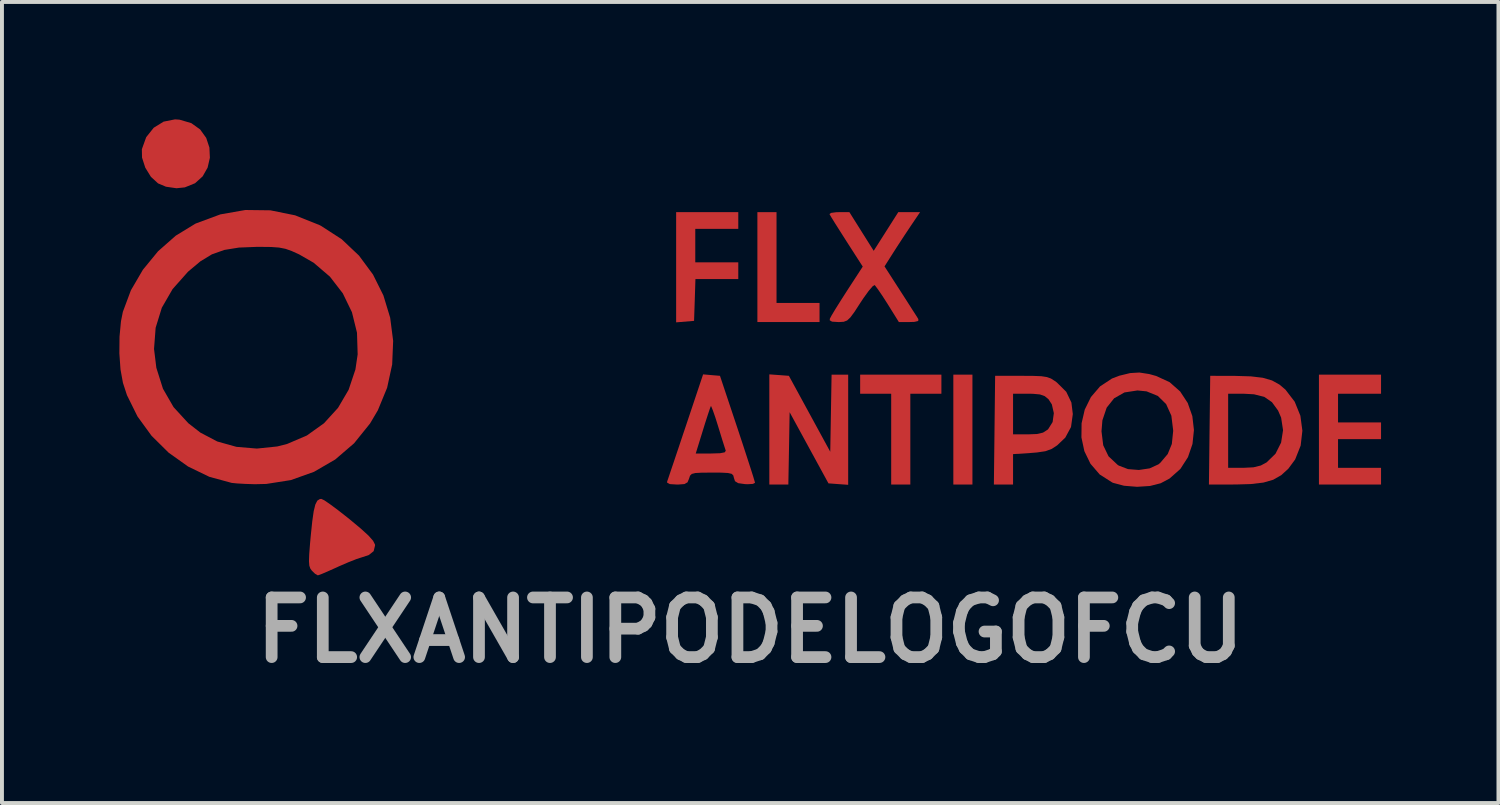
<source format=kicad_pcb>
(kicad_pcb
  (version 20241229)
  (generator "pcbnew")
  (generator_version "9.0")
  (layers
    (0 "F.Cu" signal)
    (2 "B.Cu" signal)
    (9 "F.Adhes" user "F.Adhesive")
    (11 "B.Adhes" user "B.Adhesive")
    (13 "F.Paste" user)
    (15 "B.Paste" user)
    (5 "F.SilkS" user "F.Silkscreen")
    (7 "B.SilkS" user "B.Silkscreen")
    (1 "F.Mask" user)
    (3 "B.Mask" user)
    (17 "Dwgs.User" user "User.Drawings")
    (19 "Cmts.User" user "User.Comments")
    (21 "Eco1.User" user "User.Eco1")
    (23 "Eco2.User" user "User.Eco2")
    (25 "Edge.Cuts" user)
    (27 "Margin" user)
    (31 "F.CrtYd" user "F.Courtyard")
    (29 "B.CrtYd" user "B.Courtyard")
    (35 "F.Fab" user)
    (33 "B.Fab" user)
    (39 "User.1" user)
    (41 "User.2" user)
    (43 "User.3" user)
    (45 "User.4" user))
  (footprint "FLXANTIPODELOGOFCU"
    (layer "F.Cu")
    (at 16.12 5.851)
    (property "Reference" "FLXANTIPODELOGOFCU" (at 0 7.2 0) (layer "F.Fab") (effects (font (size 1.524 1.524) (thickness 0.3))))
    (attr board_only exclude_from_pos_files exclude_from_bom)
    (fp_poly (pts (xy 5.678 3.48) (xy 5.19 3.48) (xy 5.19 0.672) (xy 5.678 0.672)) (stroke (width 0) (type solid)) (fill yes) (layer "F.Cu"))
    (fp_poly (pts (xy 0.672 -1.16) (xy 1.771 -1.16) (xy 1.771 -0.672) (xy 0.183 -0.672) (xy 0.183 -3.48) (xy 0.672 -3.48)) (stroke (width 0) (type solid)) (fill yes) (layer "F.Cu"))
    (fp_poly (pts (xy 4.885 1.16) (xy 4.091 1.16) (xy 4.091 3.48) (xy 3.602 3.48) (xy 3.602 1.16) (xy 2.809 1.16) (xy 2.809 0.672) (xy 4.885 0.672)) (stroke (width 0) (type solid)) (fill yes) (layer "F.Cu"))
    (fp_poly (pts (xy -0.305 -3.053) (xy -1.404 -3.053) (xy -1.404 -2.198) (xy -0.305 -2.198) (xy -0.305 -1.771) (xy -1.4 -1.771) (xy -1.417 -1.236) (xy -1.435 -0.702) (xy -1.664 -0.683) (xy -1.893 -0.664) (xy -1.893 -3.48) (xy -0.305 -3.48)) (stroke (width 0) (type solid)) (fill yes) (layer "F.Cu"))
    (fp_poly (pts (xy 16.119 1.16) (xy 15.02 1.16) (xy 15.02 1.893) (xy 16.119 1.893) (xy 16.119 2.32) (xy 15.02 2.32) (xy 15.02 3.053) (xy 16.119 3.053) (xy 16.119 3.48) (xy 14.532 3.48) (xy 14.532 0.672) (xy 16.119 0.672)) (stroke (width 0) (type solid)) (fill yes) (layer "F.Cu"))
    (fp_poly (pts (xy 0.738 0.683) (xy 0.988 0.702) (xy 2.045 2.642) (xy 2.062 1.657) (xy 2.079 0.672) (xy 2.503 0.672) (xy 2.503 3.487) (xy 2.251 3.469) (xy 1.999 3.45) (xy 1.503 2.541) (xy 1.007 1.632) (xy 0.991 2.556) (xy 0.974 3.48) (xy 0.488 3.48) (xy 0.488 0.665)) (stroke (width 0) (type solid)) (fill yes) (layer "F.Cu"))
    (fp_poly (pts (xy -14.582 -5.843) (xy -14.282 -5.755) (xy -14.056 -5.593) (xy -13.901 -5.378) (xy -13.819 -5.13) (xy -13.807 -4.87) (xy -13.865 -4.618) (xy -13.992 -4.394) (xy -14.186 -4.219) (xy -14.447 -4.113) (xy -14.661 -4.091) (xy -14.929 -4.13) (xy -15.131 -4.215) (xy -15.314 -4.383) (xy -15.458 -4.617) (xy -15.541 -4.874) (xy -15.545 -5.089) (xy -15.434 -5.396) (xy -15.242 -5.637) (xy -14.989 -5.793) (xy -14.697 -5.851)) (stroke (width 0) (type solid)) (fill yes) (layer "F.Cu"))
    (fp_poly (pts (xy -10.883 3.883) (xy -10.735 3.984) (xy -10.533 4.134) (xy -10.296 4.32) (xy -10.232 4.371) (xy -9.948 4.608) (xy -9.753 4.786) (xy -9.637 4.917) (xy -9.589 5.011) (xy -9.586 5.035) (xy -9.622 5.182) (xy -9.744 5.28) (xy -9.921 5.339) (xy -10.063 5.385) (xy -10.275 5.469) (xy -10.513 5.572) (xy -10.555 5.592) (xy -10.77 5.688) (xy -10.941 5.762) (xy -11.04 5.798) (xy -11.051 5.8) (xy -11.12 5.76) (xy -11.198 5.685) (xy -11.24 5.628) (xy -11.266 5.553) (xy -11.275 5.439) (xy -11.269 5.263) (xy -11.249 5.003) (xy -11.229 4.784) (xy -11.191 4.419) (xy -11.154 4.16) (xy -11.112 3.99) (xy -11.062 3.892) (xy -10.998 3.851) (xy -10.958 3.847)) (stroke (width 0) (type solid)) (fill yes) (layer "F.Cu"))
    (fp_poly (pts (xy 12.395 0.704) (xy 12.793 0.716) (xy 13.097 0.752) (xy 13.332 0.82) (xy 13.525 0.927) (xy 13.676 1.055) (xy 13.913 1.364) (xy 14.058 1.722) (xy 14.109 2.105) (xy 14.065 2.485) (xy 13.925 2.838) (xy 13.75 3.076) (xy 13.567 3.242) (xy 13.363 3.358) (xy 13.113 3.43) (xy 12.791 3.468) (xy 12.409 3.479) (xy 11.721 3.48) (xy 11.726 3.053) (xy 12.212 3.053) (xy 12.599 3.053) (xy 12.859 3.04) (xy 13.046 2.994) (xy 13.195 2.914) (xy 13.422 2.693) (xy 13.565 2.409) (xy 13.615 2.092) (xy 13.566 1.771) (xy 13.488 1.59) (xy 13.331 1.375) (xy 13.135 1.24) (xy 12.872 1.174) (xy 12.614 1.16) (xy 12.212 1.16) (xy 12.212 3.053) (xy 11.726 3.053) (xy 11.737 2.091) (xy 11.754 0.702)) (stroke (width 0) (type solid)) (fill yes) (layer "F.Cu"))
    (fp_poly (pts (xy 7.234 0.704) (xy 7.439 0.712) (xy 7.581 0.734) (xy 7.686 0.772) (xy 7.784 0.835) (xy 7.836 0.873) (xy 8.076 1.111) (xy 8.207 1.385) (xy 8.243 1.679) (xy 8.197 2.01) (xy 8.051 2.281) (xy 7.843 2.479) (xy 7.699 2.572) (xy 7.54 2.629) (xy 7.324 2.661) (xy 7.172 2.673) (xy 6.716 2.703) (xy 6.716 3.48) (xy 6.226 3.48) (xy 6.241 2.198) (xy 6.716 2.198) (xy 7.094 2.198) (xy 7.328 2.189) (xy 7.482 2.153) (xy 7.595 2.081) (xy 7.613 2.065) (xy 7.727 1.883) (xy 7.758 1.656) (xy 7.707 1.432) (xy 7.622 1.301) (xy 7.525 1.221) (xy 7.404 1.178) (xy 7.219 1.161) (xy 7.103 1.16) (xy 6.716 1.16) (xy 6.716 2.198) (xy 6.241 2.198) (xy 6.242 2.091) (xy 6.258 0.702) (xy 6.935 0.702)) (stroke (width 0) (type solid)) (fill yes) (layer "F.Cu"))
    (fp_poly (pts (xy 4.103 -3.129) (xy 3.937 -2.88) (xy 3.758 -2.606) (xy 3.649 -2.436) (xy 3.432 -2.094) (xy 3.841 -1.459) (xy 4.002 -1.209) (xy 4.141 -0.991) (xy 4.244 -0.831) (xy 4.295 -0.749) (xy 4.296 -0.748) (xy 4.293 -0.699) (xy 4.195 -0.676) (xy 4.07 -0.672) (xy 3.798 -0.672) (xy 3.514 -1.128) (xy 3.38 -1.337) (xy 3.267 -1.503) (xy 3.193 -1.602) (xy 3.177 -1.617) (xy 3.125 -1.583) (xy 3.025 -1.465) (xy 2.895 -1.285) (xy 2.812 -1.16) (xy 2.665 -0.933) (xy 2.56 -0.791) (xy 2.476 -0.712) (xy 2.39 -0.679) (xy 2.281 -0.672) (xy 2.25 -0.672) (xy 2.091 -0.682) (xy 2.031 -0.717) (xy 2.036 -0.76) (xy 2.081 -0.844) (xy 2.179 -1.007) (xy 2.315 -1.224) (xy 2.472 -1.469) (xy 2.875 -2.089) (xy 2.46 -2.735) (xy 2.301 -2.985) (xy 2.166 -3.198) (xy 2.07 -3.353) (xy 2.026 -3.429) (xy 2.025 -3.431) (xy 2.066 -3.461) (xy 2.195 -3.478) (xy 2.269 -3.48) (xy 2.534 -3.48) (xy 3.155 -2.492) (xy 3.783 -3.48) (xy 4.34 -3.48)) (stroke (width 0) (type solid)) (fill yes) (layer "F.Cu"))
    (fp_poly (pts (xy 10.196 0.657) (xy 10.372 0.706) (xy 10.716 0.864) (xy 10.985 1.101) (xy 11.179 1.396) (xy 11.297 1.731) (xy 11.338 2.087) (xy 11.301 2.443) (xy 11.185 2.781) (xy 10.991 3.082) (xy 10.716 3.326) (xy 10.489 3.447) (xy 10.215 3.517) (xy 9.884 3.538) (xy 9.551 3.511) (xy 9.272 3.437) (xy 9.25 3.427) (xy 8.93 3.223) (xy 8.694 2.949) (xy 8.538 2.627) (xy 8.463 2.276) (xy 8.465 2.119) (xy 8.976 2.119) (xy 9.02 2.477) (xy 9.155 2.758) (xy 9.387 2.976) (xy 9.418 2.996) (xy 9.653 3.086) (xy 9.931 3.108) (xy 10.206 3.067) (xy 10.431 2.964) (xy 10.476 2.927) (xy 10.668 2.701) (xy 10.773 2.444) (xy 10.807 2.118) (xy 10.807 2.093) (xy 10.761 1.721) (xy 10.628 1.426) (xy 10.415 1.216) (xy 10.127 1.099) (xy 9.895 1.076) (xy 9.562 1.127) (xy 9.298 1.277) (xy 9.108 1.516) (xy 8.999 1.839) (xy 8.976 2.119) (xy 8.465 2.119) (xy 8.467 1.915) (xy 8.548 1.565) (xy 8.706 1.244) (xy 8.938 0.973) (xy 9.244 0.771) (xy 9.429 0.7) (xy 9.708 0.632) (xy 9.944 0.618)) (stroke (width 0) (type solid)) (fill yes) (layer "F.Cu"))
    (fp_poly (pts (xy -0.988 0.684) (xy -0.773 0.702) (xy -0.325 2.044) (xy -0.198 2.428) (xy -0.085 2.774) (xy 0.009 3.064) (xy 0.078 3.281) (xy 0.116 3.41) (xy 0.122 3.437) (xy 0.068 3.464) (xy -0.068 3.472) (xy -0.137 3.469) (xy -0.307 3.445) (xy -0.389 3.395) (xy -0.416 3.312) (xy -0.433 3.247) (xy -0.476 3.206) (xy -0.57 3.185) (xy -0.74 3.176) (xy -0.98 3.175) (xy -1.239 3.177) (xy -1.402 3.186) (xy -1.493 3.209) (xy -1.538 3.254) (xy -1.562 3.325) (xy -1.562 3.328) (xy -1.602 3.423) (xy -1.68 3.468) (xy -1.836 3.48) (xy -1.875 3.48) (xy -2.054 3.469) (xy -2.124 3.431) (xy -2.123 3.404) (xy -2.096 3.326) (xy -2.037 3.15) (xy -1.95 2.893) (xy -1.881 2.687) (xy -1.392 2.687) (xy -0.995 2.687) (xy -0.77 2.68) (xy -0.652 2.657) (xy -0.625 2.616) (xy -0.627 2.61) (xy -0.656 2.521) (xy -0.712 2.345) (xy -0.783 2.114) (xy -0.82 1.993) (xy -0.893 1.761) (xy -0.955 1.584) (xy -0.995 1.486) (xy -1.005 1.474) (xy -1.03 1.538) (xy -1.082 1.693) (xy -1.153 1.913) (xy -1.208 2.091) (xy -1.392 2.687) (xy -1.881 2.687) (xy -1.842 2.572) (xy -1.72 2.206) (xy -1.649 1.996) (xy -1.204 0.665)) (stroke (width 0) (type solid)) (fill yes) (layer "F.Cu"))
    (fp_poly (pts (xy -12.262 -3.527) (xy -11.629 -3.399) (xy -11.011 -3.152) (xy -10.966 -3.129) (xy -10.439 -2.788) (xy -9.996 -2.369) (xy -9.639 -1.886) (xy -9.373 -1.352) (xy -9.2 -0.782) (xy -9.124 -0.19) (xy -9.149 0.412) (xy -9.278 1.007) (xy -9.515 1.583) (xy -9.715 1.921) (xy -10.122 2.426) (xy -10.604 2.84) (xy -11.146 3.155) (xy -11.737 3.366) (xy -12.365 3.465) (xy -12.657 3.472) (xy -12.9 3.464) (xy -13.113 3.452) (xy -13.25 3.438) (xy -13.82 3.283) (xy -14.362 3.021) (xy -14.86 2.667) (xy -15.297 2.235) (xy -15.657 1.74) (xy -15.926 1.196) (xy -16.029 0.88) (xy -16.091 0.538) (xy -16.12 0.129) (xy -16.119 0.015) (xy -15.234 0.015) (xy -15.175 0.497) (xy -15.006 1.032) (xy -14.735 1.502) (xy -14.358 1.913) (xy -14.05 2.153) (xy -13.618 2.38) (xy -13.128 2.517) (xy -12.607 2.561) (xy -12.085 2.507) (xy -11.833 2.443) (xy -11.329 2.227) (xy -10.892 1.915) (xy -10.533 1.521) (xy -10.262 1.059) (xy -10.088 0.54) (xy -10.031 0.153) (xy -10.048 -0.399) (xy -10.177 -0.923) (xy -10.411 -1.406) (xy -10.74 -1.832) (xy -11.155 -2.187) (xy -11.525 -2.4) (xy -11.717 -2.487) (xy -11.875 -2.543) (xy -12.038 -2.575) (xy -12.239 -2.59) (xy -12.517 -2.593) (xy -12.608 -2.593) (xy -13.065 -2.575) (xy -13.436 -2.515) (xy -13.753 -2.403) (xy -14.047 -2.225) (xy -14.351 -1.971) (xy -14.371 -1.952) (xy -14.76 -1.514) (xy -15.035 -1.038) (xy -15.193 -0.526) (xy -15.234 0.015) (xy -16.119 0.015) (xy -16.116 -0.297) (xy -16.079 -0.691) (xy -16.031 -0.932) (xy -15.825 -1.484) (xy -15.519 -2.008) (xy -15.131 -2.481) (xy -14.679 -2.879) (xy -14.183 -3.182) (xy -14.165 -3.191) (xy -13.539 -3.423) (xy -12.901 -3.535)) (stroke (width 0) (type solid)) (fill yes) (layer "F.Cu")))
  (gr_rect
    (start -3 -3)
    (end 35.239 17.469)
    (stroke (width 0.1) (type default))
    (fill no)
    (layer "Edge.Cuts")))
</source>
